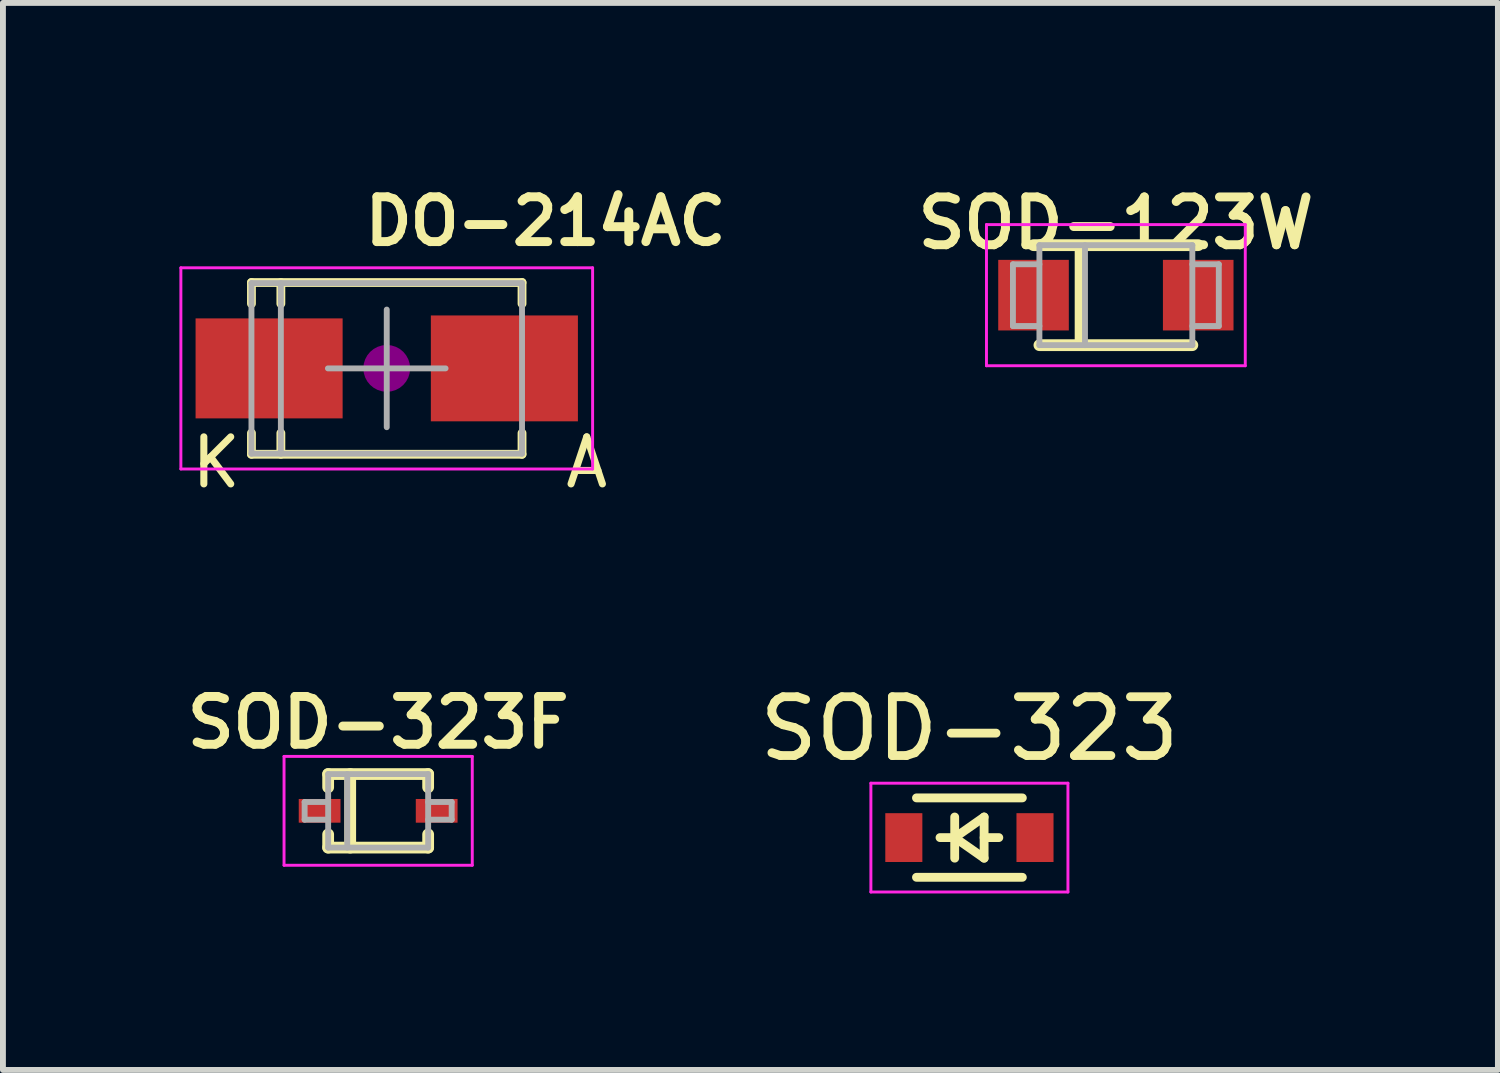
<source format=kicad_pcb>
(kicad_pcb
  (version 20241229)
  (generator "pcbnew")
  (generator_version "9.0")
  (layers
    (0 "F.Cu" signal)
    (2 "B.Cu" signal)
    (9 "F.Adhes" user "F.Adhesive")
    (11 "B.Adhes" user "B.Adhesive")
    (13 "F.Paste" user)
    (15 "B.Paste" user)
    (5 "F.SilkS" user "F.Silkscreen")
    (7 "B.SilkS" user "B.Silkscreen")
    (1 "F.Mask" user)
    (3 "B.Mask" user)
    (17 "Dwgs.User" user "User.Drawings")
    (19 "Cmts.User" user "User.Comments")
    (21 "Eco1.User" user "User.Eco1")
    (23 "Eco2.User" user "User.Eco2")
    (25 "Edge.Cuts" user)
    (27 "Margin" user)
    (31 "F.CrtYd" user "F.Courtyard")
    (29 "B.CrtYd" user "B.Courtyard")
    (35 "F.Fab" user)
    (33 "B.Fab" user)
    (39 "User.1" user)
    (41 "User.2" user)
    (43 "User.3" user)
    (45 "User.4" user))
  (footprint "SOD-123W"
    (layer "F.Cu")
    (at 15.921 1.968)
    (property "Reference" "SOD-123W" (at 0 -1.225 0) (layer "F.SilkS") (effects (font (size 0.813 0.813) (thickness 0.152))))
    (attr smd)
    (fp_line (start -1.4 -0.85) (end 1.4 -0.85) (stroke (width 0.2) (type solid)) (layer "F.SilkS"))
    (fp_line (start -1.3 0.85) (end 1.3 0.85) (stroke (width 0.2) (type solid)) (layer "F.SilkS"))
    (fp_line (start -0.6 -0.8) (end -0.6 0.8) (stroke (width 0.2) (type solid)) (layer "F.SilkS"))
    (fp_line (start -2.2 -1.2) (end -2.2 1.2) (stroke (width 0.05) (type solid)) (layer "F.CrtYd"))
    (fp_line (start -2.2 -1.2) (end 2.2 -1.2) (stroke (width 0.05) (type solid)) (layer "F.CrtYd"))
    (fp_line (start 2.2 -1.2) (end 2.2 1.2) (stroke (width 0.05) (type solid)) (layer "F.CrtYd"))
    (fp_line (start 2.2 1.2) (end -2.2 1.2) (stroke (width 0.05) (type solid)) (layer "F.CrtYd"))
    (fp_line (start -1.75 -0.525) (end -1.75 0.525) (stroke (width 0.1) (type solid)) (layer "F.Fab"))
    (fp_line (start -1.3 -0.85) (end 1.3 -0.85) (stroke (width 0.1) (type solid)) (layer "F.Fab"))
    (fp_line (start -1.3 -0.525) (end -1.75 -0.525) (stroke (width 0.1) (type solid)) (layer "F.Fab"))
    (fp_line (start -1.3 0.525) (end -1.75 0.525) (stroke (width 0.1) (type solid)) (layer "F.Fab"))
    (fp_line (start -1.3 0.85) (end -1.3 -0.85) (stroke (width 0.1) (type solid)) (layer "F.Fab"))
    (fp_line (start -0.525 -0.85) (end -0.525 0.85) (stroke (width 0.1) (type solid)) (layer "F.Fab"))
    (fp_line (start 1.3 -0.85) (end 1.3 0.85) (stroke (width 0.1) (type solid)) (layer "F.Fab"))
    (fp_line (start 1.3 0.525) (end 1.75 0.525) (stroke (width 0.1) (type solid)) (layer "F.Fab"))
    (fp_line (start 1.3 0.85) (end -1.3 0.85) (stroke (width 0.1) (type solid)) (layer "F.Fab"))
    (fp_line (start 1.75 -0.525) (end 1.3 -0.525) (stroke (width 0.1) (type solid)) (layer "F.Fab"))
    (fp_line (start 1.75 0.525) (end 1.75 -0.525) (stroke (width 0.1) (type solid)) (layer "F.Fab"))
    (pad "1" smd rect (at -1.4 0) (size 1.2 1.2) (layers "F.Cu" "F.Mask" "F.Paste"))
    (pad "2" smd rect (at 1.4 0) (size 1.2 1.2) (layers "F.Cu" "F.Mask" "F.Paste")))
  (footprint "DO-214AC"
    (layer "F.Cu")
    (at 3.525 3.213)
    (property "Reference" "DO-214AC" (at 2.7 -2.5 0) (layer "F.SilkS") (effects (font (size 0.762 0.762) (thickness 0.152))))
    (attr smd)
    (fp_line (start -2.3 -1.46) (end -2.3 -1.1) (stroke (width 0.15) (type solid)) (layer "F.SilkS"))
    (fp_line (start -2.3 -1.46) (end 2.3 -1.46) (stroke (width 0.15) (type solid)) (layer "F.SilkS"))
    (fp_line (start -2.3 1.46) (end -2.3 1.1) (stroke (width 0.15) (type solid)) (layer "F.SilkS"))
    (fp_line (start -2.3 1.46) (end 2.3 1.46) (stroke (width 0.15) (type solid)) (layer "F.SilkS"))
    (fp_line (start -1.8 -1.46) (end -1.8 -1.1) (stroke (width 0.15) (type solid)) (layer "F.SilkS"))
    (fp_line (start -1.8 1.1) (end -1.8 1.46) (stroke (width 0.15) (type solid)) (layer "F.SilkS"))
    (fp_line (start 2.3 -1.1) (end 2.3 -1.46) (stroke (width 0.15) (type solid)) (layer "F.SilkS"))
    (fp_line (start 2.3 1.46) (end 2.3 1.1) (stroke (width 0.15) (type solid)) (layer "F.SilkS"))
    (fp_circle (center 0 0) (end 0.201 -0.051) (stroke (width 0.381) (type solid)) (fill no) (layer "F.Adhes"))
    (fp_line (start -3.5 -1.71) (end 3.5 -1.71) (stroke (width 0.05) (type solid)) (layer "F.CrtYd"))
    (fp_line (start -3.5 1.71) (end -3.5 -1.71) (stroke (width 0.05) (type solid)) (layer "F.CrtYd"))
    (fp_line (start 3.5 -1.71) (end 3.5 1.71) (stroke (width 0.05) (type solid)) (layer "F.CrtYd"))
    (fp_line (start 3.5 1.71) (end -3.5 1.71) (stroke (width 0.05) (type solid)) (layer "F.CrtYd"))
    (fp_line (start -2.3 -1.45) (end -2.3 1.45) (stroke (width 0.1) (type solid)) (layer "F.Fab"))
    (fp_line (start -2.3 1.45) (end 2.3 1.45) (stroke (width 0.1) (type solid)) (layer "F.Fab"))
    (fp_line (start -1.8 -1.45) (end -1.8 1.45) (stroke (width 0.1) (type solid)) (layer "F.Fab"))
    (fp_line (start -1 0) (end 1 0) (stroke (width 0.1) (type solid)) (layer "F.Fab"))
    (fp_line (start 0 -1) (end 0 1) (stroke (width 0.1) (type solid)) (layer "F.Fab"))
    (fp_line (start 2.3 -1.45) (end -2.3 -1.45) (stroke (width 0.1) (type solid)) (layer "F.Fab"))
    (fp_line (start 2.3 1.45) (end 2.3 -1.45) (stroke (width 0.1) (type solid)) (layer "F.Fab"))
    (fp_text user "K" (at -2.9 1.6 0) (layer "F.SilkS") (effects (font (size 0.8 0.8) (thickness 0.12))))
    (fp_text user "A" (at 3.4 1.6 0) (layer "F.SilkS") (effects (font (size 0.8 0.8) (thickness 0.12))))
    (pad "1" smd rect (at -2 0) (size 2.5 1.7) (layers "F.Cu" "F.Mask" "F.Paste"))
    (pad "2" smd rect (at 2 0) (size 2.5 1.8) (layers "F.Cu" "F.Mask" "F.Paste")))
  (footprint "SOD-323F"
    (layer "F.Cu")
    (at 3.379 10.735)
    (property "Reference" "SOD-323F" (at 0 -1.5 0) (layer "F.SilkS") (effects (font (size 0.813 0.813) (thickness 0.152))))
    (attr smd)
    (fp_line (start -0.85 -0.625) (end -0.85 -0.4) (stroke (width 0.2) (type solid)) (layer "F.SilkS"))
    (fp_line (start -0.85 0.4) (end -0.85 0.625) (stroke (width 0.2) (type solid)) (layer "F.SilkS"))
    (fp_line (start -0.85 0.625) (end 0.85 0.625) (stroke (width 0.2) (type solid)) (layer "F.SilkS"))
    (fp_line (start -0.475 -0.625) (end -0.475 0.625) (stroke (width 0.2) (type solid)) (layer "F.SilkS"))
    (fp_line (start 0.85 -0.625) (end -0.85 -0.625) (stroke (width 0.2) (type solid)) (layer "F.SilkS"))
    (fp_line (start 0.85 -0.625) (end 0.85 -0.4) (stroke (width 0.2) (type solid)) (layer "F.SilkS"))
    (fp_line (start 0.85 0.4) (end 0.85 0.625) (stroke (width 0.2) (type solid)) (layer "F.SilkS"))
    (fp_line (start -1.6 -0.925) (end 1.6 -0.925) (stroke (width 0.05) (type solid)) (layer "F.CrtYd"))
    (fp_line (start -1.6 0.925) (end -1.6 -0.925) (stroke (width 0.05) (type solid)) (layer "F.CrtYd"))
    (fp_line (start 1.6 -0.925) (end 1.6 0.925) (stroke (width 0.05) (type solid)) (layer "F.CrtYd"))
    (fp_line (start 1.6 0.925) (end -1.6 0.925) (stroke (width 0.05) (type solid)) (layer "F.CrtYd"))
    (fp_line (start -1.25 -0.15) (end -1.25 0.15) (stroke (width 0.1) (type solid)) (layer "F.Fab"))
    (fp_line (start -0.85 -0.625) (end 0.85 -0.625) (stroke (width 0.1) (type solid)) (layer "F.Fab"))
    (fp_line (start -0.85 -0.15) (end -1.25 -0.15) (stroke (width 0.1) (type solid)) (layer "F.Fab"))
    (fp_line (start -0.85 0.15) (end -1.25 0.15) (stroke (width 0.1) (type solid)) (layer "F.Fab"))
    (fp_line (start -0.85 0.625) (end -0.85 -0.625) (stroke (width 0.1) (type solid)) (layer "F.Fab"))
    (fp_line (start -0.525 -0.625) (end -0.525 0.625) (stroke (width 0.1) (type solid)) (layer "F.Fab"))
    (fp_line (start 0.85 -0.625) (end 0.85 0.625) (stroke (width 0.1) (type solid)) (layer "F.Fab"))
    (fp_line (start 0.85 0.15) (end 1.25 0.15) (stroke (width 0.1) (type solid)) (layer "F.Fab"))
    (fp_line (start 0.85 0.625) (end -0.85 0.625) (stroke (width 0.1) (type solid)) (layer "F.Fab"))
    (fp_line (start 1.25 -0.15) (end 0.85 -0.15) (stroke (width 0.1) (type solid)) (layer "F.Fab"))
    (fp_line (start 1.25 0.15) (end 1.25 -0.15) (stroke (width 0.1) (type solid)) (layer "F.Fab"))
    (pad "1" smd rect (at -0.995 0) (size 0.71 0.403) (layers "F.Cu" "F.Mask" "F.Paste"))
    (pad "2" smd rect (at 0.995 0) (size 0.71 0.403) (layers "F.Cu" "F.Mask" "F.Paste")))
  (footprint "SOD-323"
    (layer "F.Cu")
    (at 13.431 11.19)
    (property "Reference" "SOD-323" (at 0 -1.85 0) (layer "F.SilkS") (effects (font (size 1 1) (thickness 0.15))))
    (attr smd)
    (fp_line (start -0.9 -0.675) (end 0.9 -0.675) (stroke (width 0.15) (type solid)) (layer "F.SilkS"))
    (fp_line (start -0.9 0.675) (end 0.9 0.675) (stroke (width 0.15) (type solid)) (layer "F.SilkS"))
    (fp_line (start -0.25 -0.35) (end -0.25 0.35) (stroke (width 0.15) (type solid)) (layer "F.SilkS"))
    (fp_line (start -0.25 0) (end -0.5 0) (stroke (width 0.15) (type solid)) (layer "F.SilkS"))
    (fp_line (start -0.25 0) (end 0.25 -0.35) (stroke (width 0.15) (type solid)) (layer "F.SilkS"))
    (fp_line (start 0.25 -0.35) (end 0.25 0.35) (stroke (width 0.15) (type solid)) (layer "F.SilkS"))
    (fp_line (start 0.25 0) (end 0.5 0) (stroke (width 0.15) (type solid)) (layer "F.SilkS"))
    (fp_line (start 0.25 0.35) (end -0.25 0) (stroke (width 0.15) (type solid)) (layer "F.SilkS"))
    (fp_line (start -1.675 -0.925) (end -1.675 0.925) (stroke (width 0.05) (type solid)) (layer "F.CrtYd"))
    (fp_line (start -1.675 -0.925) (end 1.675 -0.925) (stroke (width 0.05) (type solid)) (layer "F.CrtYd"))
    (fp_line (start -1.675 0.925) (end 1.675 0.925) (stroke (width 0.05) (type solid)) (layer "F.CrtYd"))
    (fp_line (start 1.675 -0.925) (end 1.675 0.925) (stroke (width 0.05) (type solid)) (layer "F.CrtYd"))
    (pad "1" smd rect (at -1.115 0) (size 0.63 0.83) (layers "F.Cu" "F.Mask" "F.Paste"))
    (pad "2" smd rect (at 1.115 0) (size 0.63 0.83) (layers "F.Cu" "F.Mask" "F.Paste")))
  (gr_rect
    (start -3 -3)
    (end 22.416 15.14)
    (stroke (width 0.1) (type default))
    (fill no)
    (layer "Edge.Cuts")))
</source>
